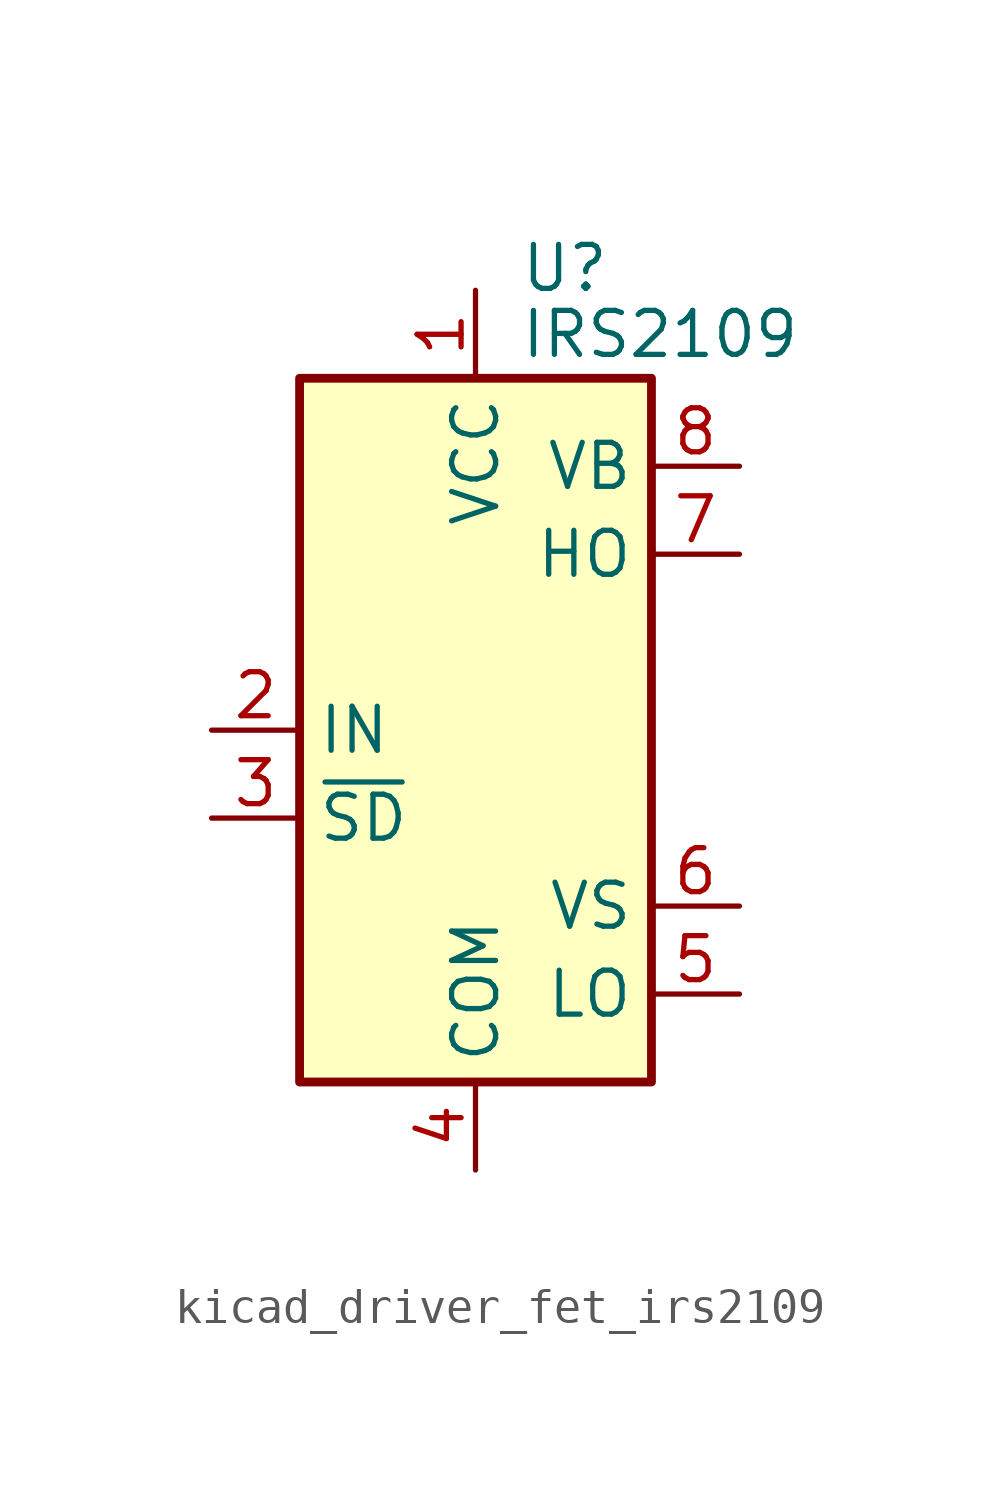
<source format=kicad_sym>
(kicad_symbol_lib
  (version 20220914)
  (generator kicad_symbol_editor)
  (symbol "kicad_driver_fet_irs2109"
    (property "Reference" "U"
      (at 1.27 13.335 0)
      (effects (font (size 1.27 1.27)) (justify left)))
    (property "Value" "IRS2109"
      (at 1.27 11.43 0)
      (effects (font (size 1.27 1.27)) (justify left)))
    (symbol "kicad_driver_fet_irs2109_0_1"
      (rectangle (start -5.08 -10.16) (end 5.08 10.16) (stroke (width 0.254) (type default)) (fill (type background))))
    (symbol "kicad_driver_fet_irs2109_1_1"
      (pin power_in line (at 0 12.7 270) (length 2.54) (name "VCC" (effects (font (size 1.27 1.27)))) (number "1" (effects (font (size 1.27 1.27)))))
      (pin input line (at -7.62 0 0) (length 2.54) (name "IN" (effects (font (size 1.27 1.27)))) (number "2" (effects (font (size 1.27 1.27)))))
      (pin input line (at -7.62 -2.54 0) (length 2.54) (name "~{SD}" (effects (font (size 1.27 1.27)))) (number "3" (effects (font (size 1.27 1.27)))))
      (pin power_in line (at 0 -12.7 90) (length 2.54) (name "COM" (effects (font (size 1.27 1.27)))) (number "4" (effects (font (size 1.27 1.27)))))
      (pin output line (at 7.62 -7.62 180) (length 2.54) (name "LO" (effects (font (size 1.27 1.27)))) (number "5" (effects (font (size 1.27 1.27)))))
      (pin passive line (at 7.62 -5.08 180) (length 2.54) (name "VS" (effects (font (size 1.27 1.27)))) (number "6" (effects (font (size 1.27 1.27)))))
      (pin output line (at 7.62 5.08 180) (length 2.54) (name "HO" (effects (font (size 1.27 1.27)))) (number "7" (effects (font (size 1.27 1.27)))))
      (pin passive line (at 7.62 7.62 180) (length 2.54) (name "VB" (effects (font (size 1.27 1.27)))) (number "8" (effects (font (size 1.27 1.27))))))))
</source>
